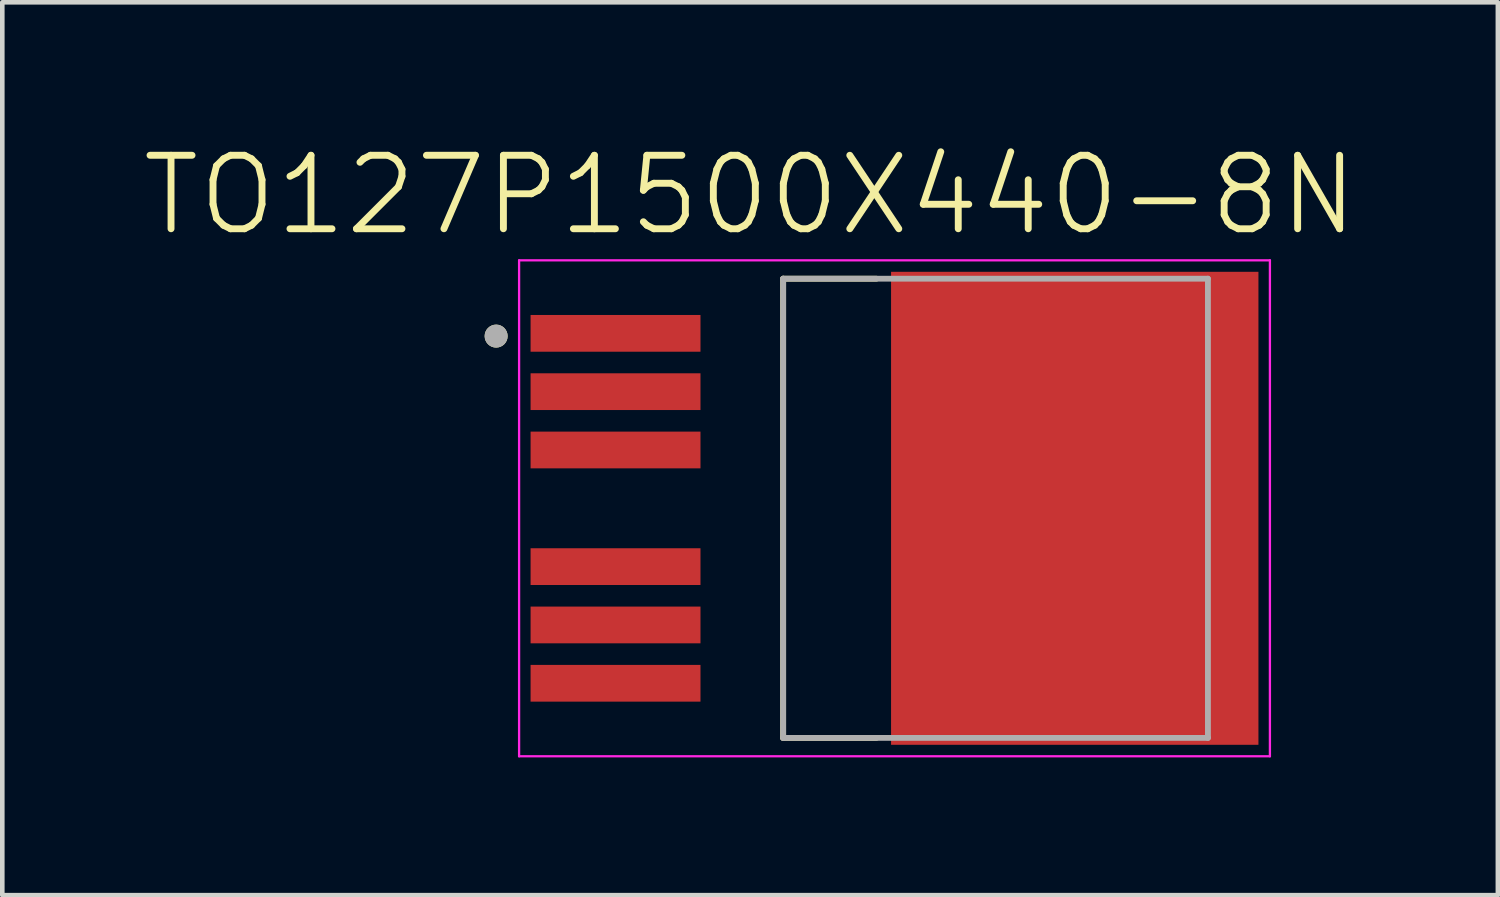
<source format=kicad_pcb>
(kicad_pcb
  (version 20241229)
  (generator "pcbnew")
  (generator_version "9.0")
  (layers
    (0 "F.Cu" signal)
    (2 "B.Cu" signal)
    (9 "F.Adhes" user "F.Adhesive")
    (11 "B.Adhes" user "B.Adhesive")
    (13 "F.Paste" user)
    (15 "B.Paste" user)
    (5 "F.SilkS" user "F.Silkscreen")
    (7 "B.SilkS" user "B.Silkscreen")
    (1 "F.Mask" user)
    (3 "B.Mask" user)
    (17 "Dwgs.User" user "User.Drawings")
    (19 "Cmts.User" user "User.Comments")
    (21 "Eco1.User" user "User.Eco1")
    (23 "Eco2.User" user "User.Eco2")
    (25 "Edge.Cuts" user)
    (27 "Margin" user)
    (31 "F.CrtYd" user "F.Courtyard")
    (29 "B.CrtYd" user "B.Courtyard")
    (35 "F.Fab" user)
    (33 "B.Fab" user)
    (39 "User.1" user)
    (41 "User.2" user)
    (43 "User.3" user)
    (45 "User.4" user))
  (footprint "TO127P1500X440-8N"
    (layer "F.Cu")
    (at 16.429 8.019)
    (property "Reference" "TO127P1500X440-8N" (at -3.145 -6.82 0) (layer "F.SilkS") (effects (font (size 1.6 1.6) (thickness 0.15))))
    (attr through_hole)
    (fp_line (start -2.425 -5) (end -0.395 -5) (stroke (width 0.127) (type solid)) (layer "F.SilkS"))
    (fp_line (start -2.425 5) (end -2.425 -5) (stroke (width 0.127) (type solid)) (layer "F.SilkS"))
    (fp_line (start -2.425 5) (end -0.395 5) (stroke (width 0.127) (type solid)) (layer "F.SilkS"))
    (fp_circle (center -8.675 -3.75) (end -8.55 -3.75) (stroke (width 0.25) (type solid)) (fill no) (layer "F.SilkS"))
    (fp_poly (pts (xy 1.395 -3.26) (xy 6.455 -3.26) (xy 6.455 3.26) (xy 1.395 3.26)) (stroke (width 0.01) (type solid)) (fill yes) (layer "F.Paste"))
    (fp_line (start -8.175 -5.4) (end 8.175 -5.4) (stroke (width 0.05) (type solid)) (layer "F.CrtYd"))
    (fp_line (start -8.175 5.4) (end -8.175 -5.4) (stroke (width 0.05) (type solid)) (layer "F.CrtYd"))
    (fp_line (start -8.175 5.4) (end 8.175 5.4) (stroke (width 0.05) (type solid)) (layer "F.CrtYd"))
    (fp_line (start 8.175 5.4) (end 8.175 -5.4) (stroke (width 0.05) (type solid)) (layer "F.CrtYd"))
    (fp_line (start -2.425 -5) (end 6.825 -5) (stroke (width 0.127) (type solid)) (layer "F.Fab"))
    (fp_line (start -2.425 5) (end -2.425 -5) (stroke (width 0.127) (type solid)) (layer "F.Fab"))
    (fp_line (start -2.425 5) (end 6.825 5) (stroke (width 0.127) (type solid)) (layer "F.Fab"))
    (fp_line (start 6.825 5) (end 6.825 -5) (stroke (width 0.127) (type solid)) (layer "F.Fab"))
    (fp_circle (center -8.675 -3.75) (end -8.55 -3.75) (stroke (width 0.25) (type solid)) (fill no) (layer "F.Fab"))
    (pad "1" smd rect (at -6.075 -3.81) (size 3.7 0.8) (layers "F.Cu" "F.Mask" "F.Paste"))
    (pad "2" smd rect (at -6.075 -2.54) (size 3.7 0.8) (layers "F.Cu" "F.Mask" "F.Paste"))
    (pad "3" smd rect (at -6.075 -1.27) (size 3.7 0.8) (layers "F.Cu" "F.Mask" "F.Paste"))
    (pad "5" smd rect (at -6.075 1.27) (size 3.7 0.8) (layers "F.Cu" "F.Mask" "F.Paste"))
    (pad "6" smd rect (at -6.075 2.54) (size 3.7 0.8) (layers "F.Cu" "F.Mask" "F.Paste"))
    (pad "7" smd rect (at -6.075 3.81) (size 3.7 0.8) (layers "F.Cu" "F.Mask" "F.Paste"))
    (pad "8" smd rect (at 3.925 0 90) (size 10.3 8) (layers "F.Cu" "F.Mask")))
  (gr_rect
    (start -3 -3)
    (end 29.568 16.444)
    (stroke (width 0.1) (type default))
    (fill no)
    (layer "Edge.Cuts")))
</source>
